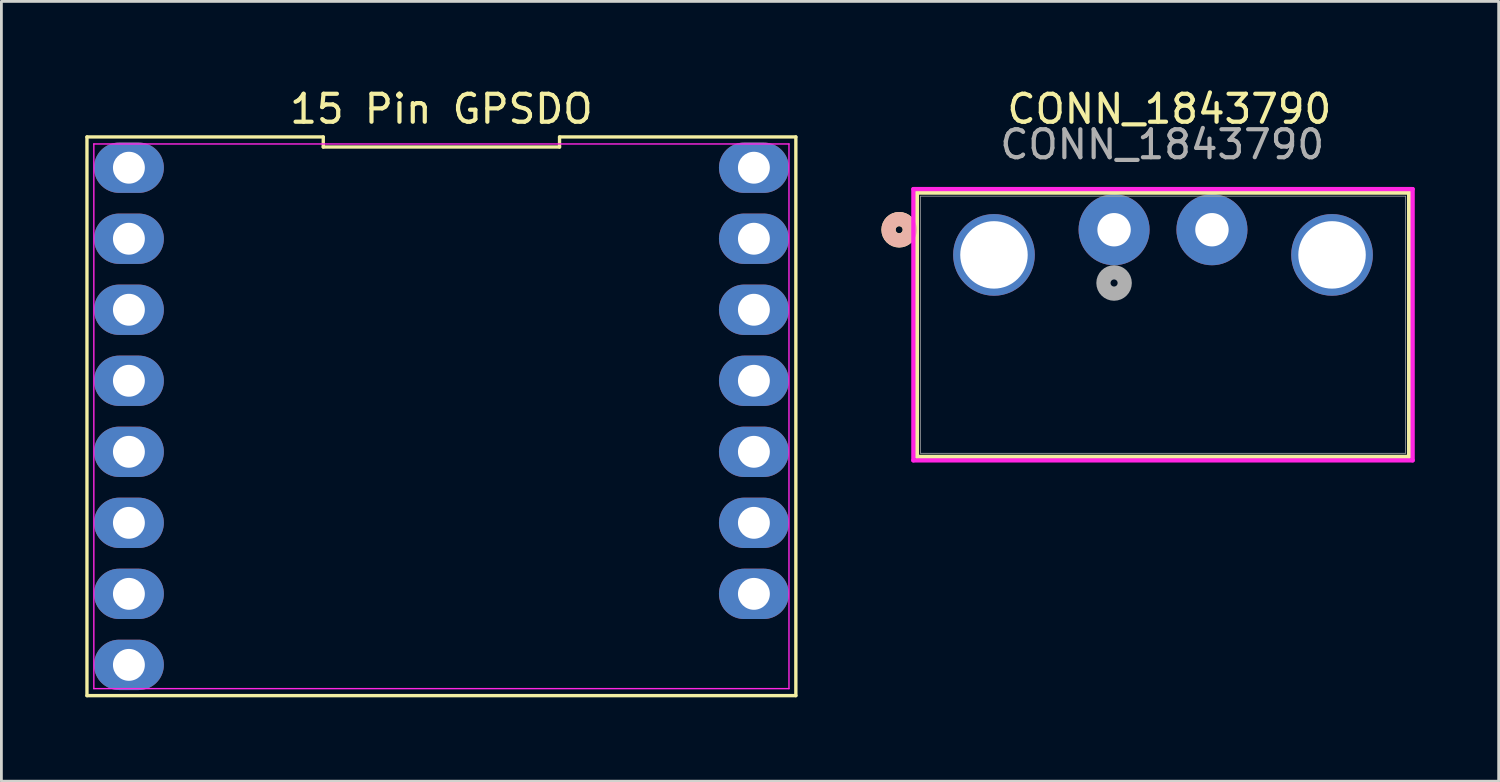
<source format=kicad_pcb>
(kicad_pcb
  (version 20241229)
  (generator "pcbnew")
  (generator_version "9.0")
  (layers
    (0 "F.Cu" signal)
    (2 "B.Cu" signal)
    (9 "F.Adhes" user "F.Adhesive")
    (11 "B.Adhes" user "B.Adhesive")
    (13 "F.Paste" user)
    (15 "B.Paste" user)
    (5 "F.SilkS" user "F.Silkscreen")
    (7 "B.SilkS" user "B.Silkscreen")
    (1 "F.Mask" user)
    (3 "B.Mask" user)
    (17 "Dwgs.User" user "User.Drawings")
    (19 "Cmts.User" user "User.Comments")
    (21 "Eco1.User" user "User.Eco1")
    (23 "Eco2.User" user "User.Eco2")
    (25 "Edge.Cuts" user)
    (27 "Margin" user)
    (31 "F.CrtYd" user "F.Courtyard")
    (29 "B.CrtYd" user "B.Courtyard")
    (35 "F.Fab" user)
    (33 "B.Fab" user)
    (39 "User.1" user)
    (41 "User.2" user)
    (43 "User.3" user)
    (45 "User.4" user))
  (footprint "15 Pin GPSDO"
    (layer "F.Cu")
    (at 12.736 11.838)
    (property "Reference" "15 Pin GPSDO" (at 0 -10.99 0) (layer "F.SilkS") (effects (font (size 1 1) (thickness 0.15))))
    (fp_line (start -12.676 -9.99) (end -12.676 9.99) (stroke (width 0.12) (type default)) (layer "F.SilkS"))
    (fp_line (start -12.676 9.99) (end 12.676 9.99) (stroke (width 0.12) (type default)) (layer "F.SilkS"))
    (fp_line (start -4.225 -9.99) (end -12.676 -9.99) (stroke (width 0.12) (type default)) (layer "F.SilkS"))
    (fp_line (start -4.225 -9.63) (end -4.225 -9.99) (stroke (width 0.12) (type default)) (layer "F.SilkS"))
    (fp_line (start 4.225 -9.99) (end 4.225 -9.63) (stroke (width 0.12) (type default)) (layer "F.SilkS"))
    (fp_line (start 4.225 -9.63) (end -4.225 -9.63) (stroke (width 0.12) (type default)) (layer "F.SilkS"))
    (fp_line (start 12.676 -9.99) (end 4.225 -9.99) (stroke (width 0.12) (type default)) (layer "F.SilkS"))
    (fp_line (start 12.676 9.99) (end 12.676 -9.99) (stroke (width 0.12) (type default)) (layer "F.SilkS"))
    (fp_line (start -12.43 -9.74) (end 12.43 -9.74) (stroke (width 0.05) (type default)) (layer "F.CrtYd"))
    (fp_line (start -12.43 9.74) (end -12.43 -9.74) (stroke (width 0.05) (type default)) (layer "F.CrtYd"))
    (fp_line (start 12.43 -9.74) (end 12.43 9.74) (stroke (width 0.05) (type default)) (layer "F.CrtYd"))
    (fp_line (start 12.43 9.74) (end -12.43 9.74) (stroke (width 0.05) (type default)) (layer "F.CrtYd"))
    (pad "1" thru_hole oval (at -11.176 -8.89 270) (size 1.8 2.5) (drill 1.14) (layers "*.Cu" "*.Mask"))
    (pad "2" thru_hole oval (at -11.176 -6.35 270) (size 1.8 2.5) (drill 1.14) (layers "*.Cu" "*.Mask"))
    (pad "3" thru_hole oval (at -11.176 -3.81 270) (size 1.8 2.5) (drill 1.14) (layers "*.Cu" "*.Mask"))
    (pad "4" thru_hole oval (at -11.176 -1.27 270) (size 1.8 2.5) (drill 1.14) (layers "*.Cu" "*.Mask"))
    (pad "5" thru_hole oval (at -11.176 1.27 270) (size 1.8 2.5) (drill 1.14) (layers "*.Cu" "*.Mask"))
    (pad "6" thru_hole oval (at -11.176 3.81 270) (size 1.8 2.5) (drill 1.14) (layers "*.Cu" "*.Mask"))
    (pad "7" thru_hole oval (at -11.176 6.35 270) (size 1.8 2.5) (drill 1.14) (layers "*.Cu" "*.Mask"))
    (pad "8" thru_hole oval (at -11.176 8.89 270) (size 1.8 2.5) (drill 1.14) (layers "*.Cu" "*.Mask"))
    (pad "9" thru_hole oval (at 11.176 6.35 270) (size 1.8 2.5) (drill 1.14) (layers "*.Cu" "*.Mask"))
    (pad "10" thru_hole oval (at 11.176 3.81 270) (size 1.8 2.5) (drill 1.14) (layers "*.Cu" "*.Mask"))
    (pad "11" thru_hole oval (at 11.176 1.27 270) (size 1.8 2.5) (drill 1.14) (layers "*.Cu" "*.Mask"))
    (pad "12" thru_hole oval (at 11.176 -1.27 270) (size 1.8 2.5) (drill 1.14) (layers "*.Cu" "*.Mask"))
    (pad "13" thru_hole oval (at 11.176 -3.81 270) (size 1.8 2.5) (drill 1.14) (layers "*.Cu" "*.Mask"))
    (pad "14" thru_hole oval (at 11.176 -6.35 270) (size 1.8 2.5) (drill 1.14) (layers "*.Cu" "*.Mask"))
    (pad "15" thru_hole oval (at 11.176 -8.89 270) (size 1.8 2.5) (drill 1.14) (layers "*.Cu" "*.Mask")))
  (footprint "CONN_1843790"
    (layer "F.Cu")
    (at 40.293 5.166)
    (property "Reference" "CONN_1843790" (at -1.524 -4.318 0) (unlocked yes) (layer "F.SilkS") (effects (font (size 1 1) (thickness 0.15))))
    (attr through_hole)
    (fp_line (start -10.551 -1.327) (end -10.551 8.122) (stroke (width 0.152) (type solid)) (layer "F.SilkS"))
    (fp_line (start -10.551 8.122) (end 7.051 8.122) (stroke (width 0.152) (type solid)) (layer "F.SilkS"))
    (fp_line (start 7.051 -1.327) (end -10.551 -1.327) (stroke (width 0.152) (type solid)) (layer "F.SilkS"))
    (fp_line (start 7.051 8.122) (end 7.051 -1.327) (stroke (width 0.152) (type solid)) (layer "F.SilkS"))
    (fp_circle (center -11.186 0) (end -10.805 0) (stroke (width 0.508) (type solid)) (fill no) (layer "F.SilkS"))
    (fp_circle (center -11.186 0) (end -10.805 0) (stroke (width 0.508) (type solid)) (fill no) (layer "B.SilkS"))
    (fp_line (start -10.678 -1.454) (end -10.678 8.249) (stroke (width 0.152) (type solid)) (layer "F.CrtYd"))
    (fp_line (start -10.678 8.249) (end 7.178 8.249) (stroke (width 0.152) (type solid)) (layer "F.CrtYd"))
    (fp_line (start 7.178 -1.454) (end -10.678 -1.454) (stroke (width 0.152) (type solid)) (layer "F.CrtYd"))
    (fp_line (start 7.178 8.249) (end 7.178 -1.454) (stroke (width 0.152) (type solid)) (layer "F.CrtYd"))
    (fp_line (start -10.424 -1.2) (end -10.424 7.995) (stroke (width 0.025) (type solid)) (layer "F.Fab"))
    (fp_line (start -10.424 7.995) (end 6.924 7.995) (stroke (width 0.025) (type solid)) (layer "F.Fab"))
    (fp_line (start 6.924 -1.2) (end -10.424 -1.2) (stroke (width 0.025) (type solid)) (layer "F.Fab"))
    (fp_line (start 6.924 7.995) (end 6.924 -1.2) (stroke (width 0.025) (type solid)) (layer "F.Fab"))
    (fp_circle (center -3.5 1.905) (end -3.119 1.905) (stroke (width 0.508) (type solid)) (fill no) (layer "F.Fab"))
    (fp_text user "${REFERENCE}" (at -1.778 -3.048 0) (unlocked yes) (layer "F.Fab") (effects (font (size 1 1) (thickness 0.15))))
    (pad "" thru_hole circle (at -7.795 0.9) (size 2.921 2.921) (drill 2.413) (layers "*.Cu" "*.Mask"))
    (pad "" thru_hole circle (at 4.295 0.9) (size 2.921 2.921) (drill 2.413) (layers "*.Cu" "*.Mask"))
    (pad "1" thru_hole circle (at -3.5 0) (size 2.54 2.54) (drill 1.194) (layers "*.Cu" "*.Mask"))
    (pad "2" thru_hole circle (at 0.000001 0) (size 2.54 2.54) (drill 1.194) (layers "*.Cu" "*.Mask")))
  (gr_rect
    (start -3 -3)
    (end 50.547 24.888)
    (stroke (width 0.1) (type default))
    (fill no)
    (layer "Edge.Cuts")))
</source>
